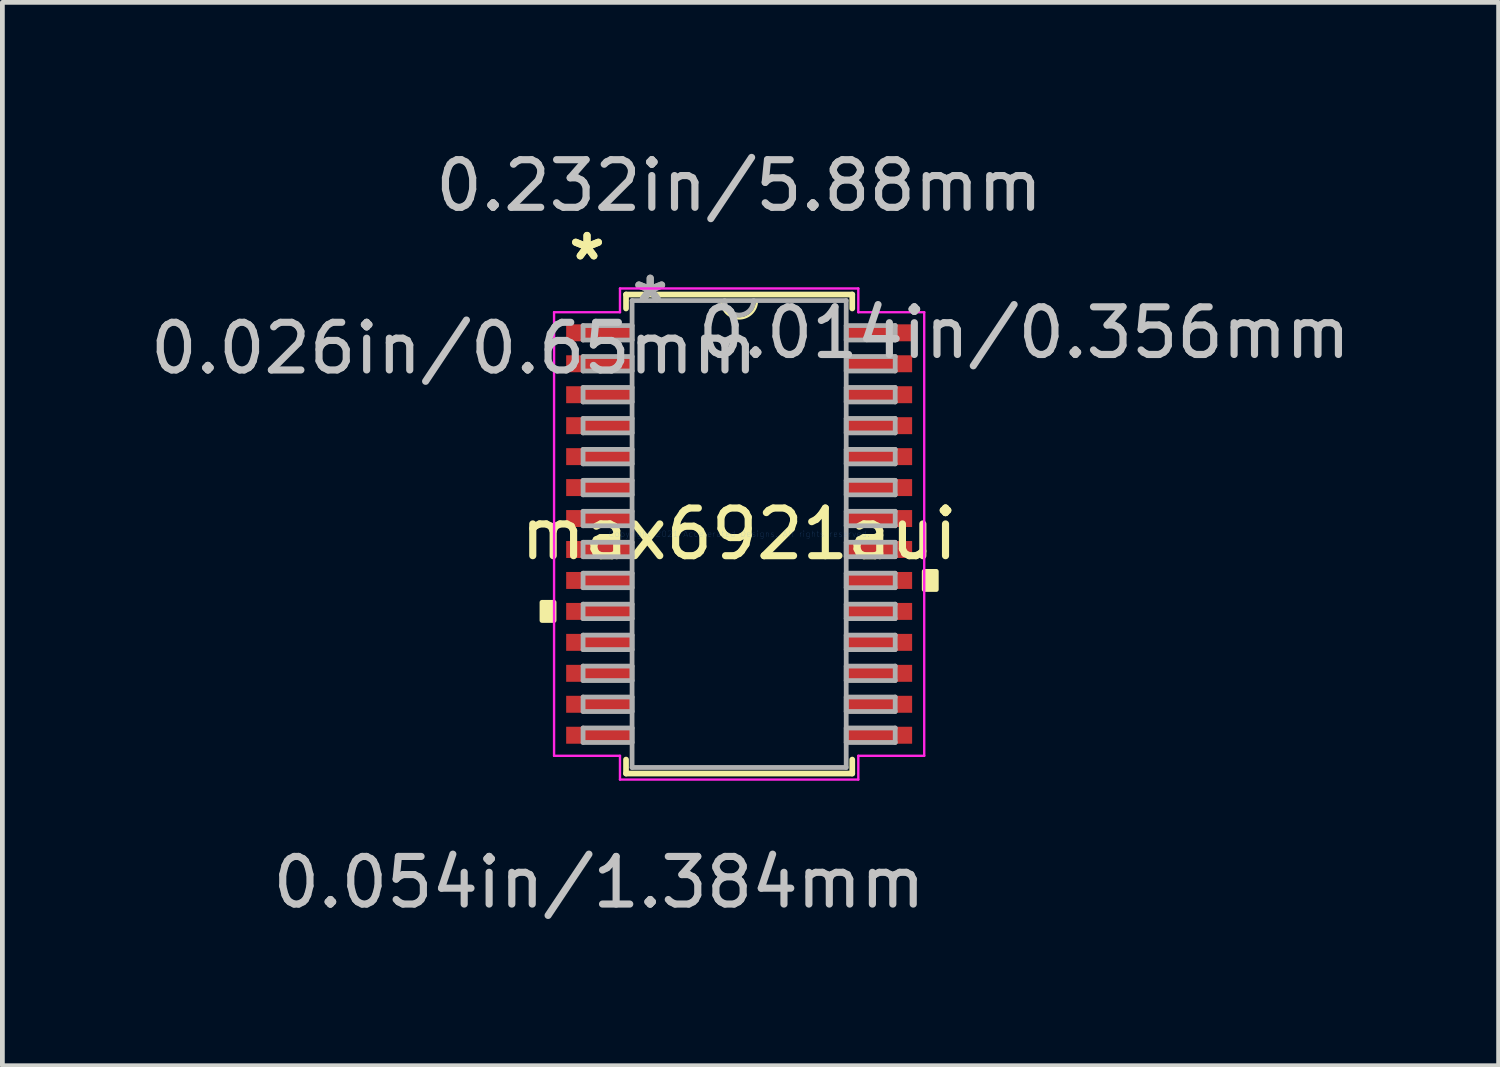
<source format=kicad_pcb>
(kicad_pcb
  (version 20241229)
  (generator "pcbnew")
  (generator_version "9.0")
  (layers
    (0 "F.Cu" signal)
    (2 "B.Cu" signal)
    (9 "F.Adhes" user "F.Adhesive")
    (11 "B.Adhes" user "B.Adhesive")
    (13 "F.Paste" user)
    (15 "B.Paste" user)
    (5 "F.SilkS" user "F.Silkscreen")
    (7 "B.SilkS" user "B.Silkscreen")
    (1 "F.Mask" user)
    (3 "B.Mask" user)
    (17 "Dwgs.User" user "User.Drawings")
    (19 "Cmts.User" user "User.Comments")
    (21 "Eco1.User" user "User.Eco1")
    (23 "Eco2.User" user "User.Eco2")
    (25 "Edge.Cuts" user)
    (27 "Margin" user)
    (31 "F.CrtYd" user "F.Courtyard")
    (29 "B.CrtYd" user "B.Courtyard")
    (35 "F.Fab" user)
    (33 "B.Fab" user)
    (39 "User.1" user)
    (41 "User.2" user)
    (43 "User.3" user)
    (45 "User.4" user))
  (footprint "max6921aui"
    (layer "F.Cu")
    (at 12.47 8.163)
    (property "Reference" "max6921aui" (at 0 0 0) (layer "F.SilkS") (effects (font (size 1 1) (thickness 0.15))))
    (attr through_hole)
    (fp_line (start -2.375 -5.029) (end -2.375 -4.736) (stroke (width 0.12) (type solid)) (layer "F.SilkS"))
    (fp_line (start -2.375 4.736) (end -2.375 5.029) (stroke (width 0.12) (type solid)) (layer "F.SilkS"))
    (fp_line (start -2.375 5.029) (end 2.375 5.029) (stroke (width 0.12) (type solid)) (layer "F.SilkS"))
    (fp_line (start 2.375 -5.029) (end -2.375 -5.029) (stroke (width 0.12) (type solid)) (layer "F.SilkS"))
    (fp_line (start 2.375 -4.736) (end 2.375 -5.029) (stroke (width 0.12) (type solid)) (layer "F.SilkS"))
    (fp_line (start 2.375 5.029) (end 2.375 4.736) (stroke (width 0.12) (type solid)) (layer "F.SilkS"))
    (fp_arc (start 0.37465 -4.9022) (mid 0 -4.52755) (end -0.37465 -4.9022) (stroke (width 0.05) (type solid)) (layer "F.SilkS"))
    (fp_poly (pts (xy -4.14 1.434) (xy -4.14 1.815) (xy -3.886 1.815) (xy -3.886 1.434)) (stroke (width 0.1) (type solid)) (fill yes) (layer "F.SilkS"))
    (fp_poly (pts (xy 4.14 0.784) (xy 4.14 1.165) (xy 3.886 1.165) (xy 3.886 0.784)) (stroke (width 0.1) (type solid)) (fill yes) (layer "F.SilkS"))
    (fp_line (start -3.886 -4.657) (end -2.502 -4.657) (stroke (width 0.05) (type solid)) (layer "F.CrtYd"))
    (fp_line (start -3.886 4.657) (end -3.886 -4.657) (stroke (width 0.05) (type solid)) (layer "F.CrtYd"))
    (fp_line (start -2.502 -5.156) (end 2.502 -5.156) (stroke (width 0.05) (type solid)) (layer "F.CrtYd"))
    (fp_line (start -2.502 -4.657) (end -2.502 -5.156) (stroke (width 0.05) (type solid)) (layer "F.CrtYd"))
    (fp_line (start -2.502 4.657) (end -3.886 4.657) (stroke (width 0.05) (type solid)) (layer "F.CrtYd"))
    (fp_line (start -2.502 5.156) (end -2.502 4.657) (stroke (width 0.05) (type solid)) (layer "F.CrtYd"))
    (fp_line (start 2.502 -5.156) (end 2.502 -4.657) (stroke (width 0.05) (type solid)) (layer "F.CrtYd"))
    (fp_line (start 2.502 -4.657) (end 3.886 -4.657) (stroke (width 0.05) (type solid)) (layer "F.CrtYd"))
    (fp_line (start 2.502 4.657) (end 2.502 5.156) (stroke (width 0.05) (type solid)) (layer "F.CrtYd"))
    (fp_line (start 2.502 5.156) (end -2.502 5.156) (stroke (width 0.05) (type solid)) (layer "F.CrtYd"))
    (fp_line (start 3.886 -4.657) (end 3.886 4.657) (stroke (width 0.05) (type solid)) (layer "F.CrtYd"))
    (fp_line (start 3.886 4.657) (end 2.502 4.657) (stroke (width 0.05) (type solid)) (layer "F.CrtYd"))
    (fp_line (start -3.277 -4.377) (end -3.277 -4.073) (stroke (width 0.1) (type solid)) (layer "F.Fab"))
    (fp_line (start -3.277 -4.073) (end -2.248 -4.073) (stroke (width 0.1) (type solid)) (layer "F.Fab"))
    (fp_line (start -3.277 -3.727) (end -3.277 -3.423) (stroke (width 0.1) (type solid)) (layer "F.Fab"))
    (fp_line (start -3.277 -3.423) (end -2.248 -3.423) (stroke (width 0.1) (type solid)) (layer "F.Fab"))
    (fp_line (start -3.277 -3.077) (end -3.277 -2.773) (stroke (width 0.1) (type solid)) (layer "F.Fab"))
    (fp_line (start -3.277 -2.773) (end -2.248 -2.773) (stroke (width 0.1) (type solid)) (layer "F.Fab"))
    (fp_line (start -3.277 -2.427) (end -3.277 -2.123) (stroke (width 0.1) (type solid)) (layer "F.Fab"))
    (fp_line (start -3.277 -2.123) (end -2.248 -2.123) (stroke (width 0.1) (type solid)) (layer "F.Fab"))
    (fp_line (start -3.277 -1.777) (end -3.277 -1.473) (stroke (width 0.1) (type solid)) (layer "F.Fab"))
    (fp_line (start -3.277 -1.473) (end -2.248 -1.473) (stroke (width 0.1) (type solid)) (layer "F.Fab"))
    (fp_line (start -3.277 -1.127) (end -3.277 -0.823) (stroke (width 0.1) (type solid)) (layer "F.Fab"))
    (fp_line (start -3.277 -0.823) (end -2.248 -0.823) (stroke (width 0.1) (type solid)) (layer "F.Fab"))
    (fp_line (start -3.277 -0.477) (end -3.277 -0.173) (stroke (width 0.1) (type solid)) (layer "F.Fab"))
    (fp_line (start -3.277 -0.173) (end -2.248 -0.173) (stroke (width 0.1) (type solid)) (layer "F.Fab"))
    (fp_line (start -3.277 0.173) (end -3.277 0.477) (stroke (width 0.1) (type solid)) (layer "F.Fab"))
    (fp_line (start -3.277 0.477) (end -2.248 0.477) (stroke (width 0.1) (type solid)) (layer "F.Fab"))
    (fp_line (start -3.277 0.823) (end -3.277 1.127) (stroke (width 0.1) (type solid)) (layer "F.Fab"))
    (fp_line (start -3.277 1.127) (end -2.248 1.127) (stroke (width 0.1) (type solid)) (layer "F.Fab"))
    (fp_line (start -3.277 1.473) (end -3.277 1.777) (stroke (width 0.1) (type solid)) (layer "F.Fab"))
    (fp_line (start -3.277 1.777) (end -2.248 1.777) (stroke (width 0.1) (type solid)) (layer "F.Fab"))
    (fp_line (start -3.277 2.123) (end -3.277 2.427) (stroke (width 0.1) (type solid)) (layer "F.Fab"))
    (fp_line (start -3.277 2.427) (end -2.248 2.427) (stroke (width 0.1) (type solid)) (layer "F.Fab"))
    (fp_line (start -3.277 2.773) (end -3.277 3.077) (stroke (width 0.1) (type solid)) (layer "F.Fab"))
    (fp_line (start -3.277 3.077) (end -2.248 3.077) (stroke (width 0.1) (type solid)) (layer "F.Fab"))
    (fp_line (start -3.277 3.423) (end -3.277 3.727) (stroke (width 0.1) (type solid)) (layer "F.Fab"))
    (fp_line (start -3.277 3.727) (end -2.248 3.727) (stroke (width 0.1) (type solid)) (layer "F.Fab"))
    (fp_line (start -3.277 4.073) (end -3.277 4.377) (stroke (width 0.1) (type solid)) (layer "F.Fab"))
    (fp_line (start -3.277 4.377) (end -2.248 4.377) (stroke (width 0.1) (type solid)) (layer "F.Fab"))
    (fp_line (start -2.248 -4.902) (end -2.248 4.902) (stroke (width 0.1) (type solid)) (layer "F.Fab"))
    (fp_line (start -2.248 -4.377) (end -3.277 -4.377) (stroke (width 0.1) (type solid)) (layer "F.Fab"))
    (fp_line (start -2.248 -4.073) (end -2.248 -4.377) (stroke (width 0.1) (type solid)) (layer "F.Fab"))
    (fp_line (start -2.248 -3.727) (end -3.277 -3.727) (stroke (width 0.1) (type solid)) (layer "F.Fab"))
    (fp_line (start -2.248 -3.423) (end -2.248 -3.727) (stroke (width 0.1) (type solid)) (layer "F.Fab"))
    (fp_line (start -2.248 -3.077) (end -3.277 -3.077) (stroke (width 0.1) (type solid)) (layer "F.Fab"))
    (fp_line (start -2.248 -2.773) (end -2.248 -3.077) (stroke (width 0.1) (type solid)) (layer "F.Fab"))
    (fp_line (start -2.248 -2.427) (end -3.277 -2.427) (stroke (width 0.1) (type solid)) (layer "F.Fab"))
    (fp_line (start -2.248 -2.123) (end -2.248 -2.427) (stroke (width 0.1) (type solid)) (layer "F.Fab"))
    (fp_line (start -2.248 -1.777) (end -3.277 -1.777) (stroke (width 0.1) (type solid)) (layer "F.Fab"))
    (fp_line (start -2.248 -1.473) (end -2.248 -1.777) (stroke (width 0.1) (type solid)) (layer "F.Fab"))
    (fp_line (start -2.248 -1.127) (end -3.277 -1.127) (stroke (width 0.1) (type solid)) (layer "F.Fab"))
    (fp_line (start -2.248 -0.823) (end -2.248 -1.127) (stroke (width 0.1) (type solid)) (layer "F.Fab"))
    (fp_line (start -2.248 -0.477) (end -3.277 -0.477) (stroke (width 0.1) (type solid)) (layer "F.Fab"))
    (fp_line (start -2.248 -0.173) (end -2.248 -0.477) (stroke (width 0.1) (type solid)) (layer "F.Fab"))
    (fp_line (start -2.248 0.173) (end -3.277 0.173) (stroke (width 0.1) (type solid)) (layer "F.Fab"))
    (fp_line (start -2.248 0.477) (end -2.248 0.173) (stroke (width 0.1) (type solid)) (layer "F.Fab"))
    (fp_line (start -2.248 0.823) (end -3.277 0.823) (stroke (width 0.1) (type solid)) (layer "F.Fab"))
    (fp_line (start -2.248 1.127) (end -2.248 0.823) (stroke (width 0.1) (type solid)) (layer "F.Fab"))
    (fp_line (start -2.248 1.473) (end -3.277 1.473) (stroke (width 0.1) (type solid)) (layer "F.Fab"))
    (fp_line (start -2.248 1.777) (end -2.248 1.473) (stroke (width 0.1) (type solid)) (layer "F.Fab"))
    (fp_line (start -2.248 2.123) (end -3.277 2.123) (stroke (width 0.1) (type solid)) (layer "F.Fab"))
    (fp_line (start -2.248 2.427) (end -2.248 2.123) (stroke (width 0.1) (type solid)) (layer "F.Fab"))
    (fp_line (start -2.248 2.773) (end -3.277 2.773) (stroke (width 0.1) (type solid)) (layer "F.Fab"))
    (fp_line (start -2.248 3.077) (end -2.248 2.773) (stroke (width 0.1) (type solid)) (layer "F.Fab"))
    (fp_line (start -2.248 3.423) (end -3.277 3.423) (stroke (width 0.1) (type solid)) (layer "F.Fab"))
    (fp_line (start -2.248 3.727) (end -2.248 3.423) (stroke (width 0.1) (type solid)) (layer "F.Fab"))
    (fp_line (start -2.248 4.073) (end -3.277 4.073) (stroke (width 0.1) (type solid)) (layer "F.Fab"))
    (fp_line (start -2.248 4.377) (end -2.248 4.073) (stroke (width 0.1) (type solid)) (layer "F.Fab"))
    (fp_line (start -2.248 4.902) (end 2.248 4.902) (stroke (width 0.1) (type solid)) (layer "F.Fab"))
    (fp_line (start 2.248 -4.902) (end -2.248 -4.902) (stroke (width 0.1) (type solid)) (layer "F.Fab"))
    (fp_line (start 2.248 -4.377) (end 2.248 -4.073) (stroke (width 0.1) (type solid)) (layer "F.Fab"))
    (fp_line (start 2.248 -4.073) (end 3.277 -4.073) (stroke (width 0.1) (type solid)) (layer "F.Fab"))
    (fp_line (start 2.248 -3.727) (end 2.248 -3.423) (stroke (width 0.1) (type solid)) (layer "F.Fab"))
    (fp_line (start 2.248 -3.423) (end 3.277 -3.423) (stroke (width 0.1) (type solid)) (layer "F.Fab"))
    (fp_line (start 2.248 -3.077) (end 2.248 -2.773) (stroke (width 0.1) (type solid)) (layer "F.Fab"))
    (fp_line (start 2.248 -2.773) (end 3.277 -2.773) (stroke (width 0.1) (type solid)) (layer "F.Fab"))
    (fp_line (start 2.248 -2.427) (end 2.248 -2.123) (stroke (width 0.1) (type solid)) (layer "F.Fab"))
    (fp_line (start 2.248 -2.123) (end 3.277 -2.123) (stroke (width 0.1) (type solid)) (layer "F.Fab"))
    (fp_line (start 2.248 -1.777) (end 2.248 -1.473) (stroke (width 0.1) (type solid)) (layer "F.Fab"))
    (fp_line (start 2.248 -1.473) (end 3.277 -1.473) (stroke (width 0.1) (type solid)) (layer "F.Fab"))
    (fp_line (start 2.248 -1.127) (end 2.248 -0.823) (stroke (width 0.1) (type solid)) (layer "F.Fab"))
    (fp_line (start 2.248 -0.823) (end 3.277 -0.823) (stroke (width 0.1) (type solid)) (layer "F.Fab"))
    (fp_line (start 2.248 -0.477) (end 2.248 -0.173) (stroke (width 0.1) (type solid)) (layer "F.Fab"))
    (fp_line (start 2.248 -0.173) (end 3.277 -0.173) (stroke (width 0.1) (type solid)) (layer "F.Fab"))
    (fp_line (start 2.248 0.173) (end 2.248 0.477) (stroke (width 0.1) (type solid)) (layer "F.Fab"))
    (fp_line (start 2.248 0.477) (end 3.277 0.477) (stroke (width 0.1) (type solid)) (layer "F.Fab"))
    (fp_line (start 2.248 0.823) (end 2.248 1.127) (stroke (width 0.1) (type solid)) (layer "F.Fab"))
    (fp_line (start 2.248 1.127) (end 3.277 1.127) (stroke (width 0.1) (type solid)) (layer "F.Fab"))
    (fp_line (start 2.248 1.473) (end 2.248 1.777) (stroke (width 0.1) (type solid)) (layer "F.Fab"))
    (fp_line (start 2.248 1.777) (end 3.277 1.777) (stroke (width 0.1) (type solid)) (layer "F.Fab"))
    (fp_line (start 2.248 2.123) (end 2.248 2.427) (stroke (width 0.1) (type solid)) (layer "F.Fab"))
    (fp_line (start 2.248 2.427) (end 3.277 2.427) (stroke (width 0.1) (type solid)) (layer "F.Fab"))
    (fp_line (start 2.248 2.773) (end 2.248 3.077) (stroke (width 0.1) (type solid)) (layer "F.Fab"))
    (fp_line (start 2.248 3.077) (end 3.277 3.077) (stroke (width 0.1) (type solid)) (layer "F.Fab"))
    (fp_line (start 2.248 3.423) (end 2.248 3.727) (stroke (width 0.1) (type solid)) (layer "F.Fab"))
    (fp_line (start 2.248 3.727) (end 3.277 3.727) (stroke (width 0.1) (type solid)) (layer "F.Fab"))
    (fp_line (start 2.248 4.073) (end 2.248 4.377) (stroke (width 0.1) (type solid)) (layer "F.Fab"))
    (fp_line (start 2.248 4.377) (end 3.277 4.377) (stroke (width 0.1) (type solid)) (layer "F.Fab"))
    (fp_line (start 2.248 4.902) (end 2.248 -4.902) (stroke (width 0.1) (type solid)) (layer "F.Fab"))
    (fp_line (start 3.277 -4.377) (end 2.248 -4.377) (stroke (width 0.1) (type solid)) (layer "F.Fab"))
    (fp_line (start 3.277 -4.073) (end 3.277 -4.377) (stroke (width 0.1) (type solid)) (layer "F.Fab"))
    (fp_line (start 3.277 -3.727) (end 2.248 -3.727) (stroke (width 0.1) (type solid)) (layer "F.Fab"))
    (fp_line (start 3.277 -3.423) (end 3.277 -3.727) (stroke (width 0.1) (type solid)) (layer "F.Fab"))
    (fp_line (start 3.277 -3.077) (end 2.248 -3.077) (stroke (width 0.1) (type solid)) (layer "F.Fab"))
    (fp_line (start 3.277 -2.773) (end 3.277 -3.077) (stroke (width 0.1) (type solid)) (layer "F.Fab"))
    (fp_line (start 3.277 -2.427) (end 2.248 -2.427) (stroke (width 0.1) (type solid)) (layer "F.Fab"))
    (fp_line (start 3.277 -2.123) (end 3.277 -2.427) (stroke (width 0.1) (type solid)) (layer "F.Fab"))
    (fp_line (start 3.277 -1.777) (end 2.248 -1.777) (stroke (width 0.1) (type solid)) (layer "F.Fab"))
    (fp_line (start 3.277 -1.473) (end 3.277 -1.777) (stroke (width 0.1) (type solid)) (layer "F.Fab"))
    (fp_line (start 3.277 -1.127) (end 2.248 -1.127) (stroke (width 0.1) (type solid)) (layer "F.Fab"))
    (fp_line (start 3.277 -0.823) (end 3.277 -1.127) (stroke (width 0.1) (type solid)) (layer "F.Fab"))
    (fp_line (start 3.277 -0.477) (end 2.248 -0.477) (stroke (width 0.1) (type solid)) (layer "F.Fab"))
    (fp_line (start 3.277 -0.173) (end 3.277 -0.477) (stroke (width 0.1) (type solid)) (layer "F.Fab"))
    (fp_line (start 3.277 0.173) (end 2.248 0.173) (stroke (width 0.1) (type solid)) (layer "F.Fab"))
    (fp_line (start 3.277 0.477) (end 3.277 0.173) (stroke (width 0.1) (type solid)) (layer "F.Fab"))
    (fp_line (start 3.277 0.823) (end 2.248 0.823) (stroke (width 0.1) (type solid)) (layer "F.Fab"))
    (fp_line (start 3.277 1.127) (end 3.277 0.823) (stroke (width 0.1) (type solid)) (layer "F.Fab"))
    (fp_line (start 3.277 1.473) (end 2.248 1.473) (stroke (width 0.1) (type solid)) (layer "F.Fab"))
    (fp_line (start 3.277 1.777) (end 3.277 1.473) (stroke (width 0.1) (type solid)) (layer "F.Fab"))
    (fp_line (start 3.277 2.123) (end 2.248 2.123) (stroke (width 0.1) (type solid)) (layer "F.Fab"))
    (fp_line (start 3.277 2.427) (end 3.277 2.123) (stroke (width 0.1) (type solid)) (layer "F.Fab"))
    (fp_line (start 3.277 2.773) (end 2.248 2.773) (stroke (width 0.1) (type solid)) (layer "F.Fab"))
    (fp_line (start 3.277 3.077) (end 3.277 2.773) (stroke (width 0.1) (type solid)) (layer "F.Fab"))
    (fp_line (start 3.277 3.423) (end 2.248 3.423) (stroke (width 0.1) (type solid)) (layer "F.Fab"))
    (fp_line (start 3.277 3.727) (end 3.277 3.423) (stroke (width 0.1) (type solid)) (layer "F.Fab"))
    (fp_line (start 3.277 4.073) (end 2.248 4.073) (stroke (width 0.1) (type solid)) (layer "F.Fab"))
    (fp_line (start 3.277 4.377) (end 3.277 4.073) (stroke (width 0.1) (type solid)) (layer "F.Fab"))
    (fp_arc (start 0.3048 -4.9022) (mid 0 -4.5974) (end -0.3048 -4.9022) (stroke (width 0.1) (type solid)) (layer "F.Fab"))
    (fp_text user "*" (at -3.194 -5.724 0) (layer "F.SilkS") (effects (font (size 1 1) (thickness 0.15))))
    (fp_text user "*" (at -3.194 -5.724 0) (layer "F.SilkS") (effects (font (size 1 1) (thickness 0.15))))
    (fp_text user "0.026in/0.65mm" (at -5.988 -3.9 0) (layer "Dwgs.User") (effects (font (size 1 1) (thickness 0.15))))
    (fp_text user "0.232in/5.88mm" (at 0 -7.315 0) (layer "Dwgs.User") (effects (font (size 1 1) (thickness 0.15))))
    (fp_text user "0.014in/0.356mm" (at 5.988 -4.225 0) (layer "Dwgs.User") (effects (font (size 1 1) (thickness 0.15))))
    (fp_text user "0.054in/1.384mm" (at -2.94 7.315 0) (layer "Dwgs.User") (effects (font (size 1 1) (thickness 0.15))))
    (fp_text user "Copyright 2021 Accelerated Designs. All rights reserved." (at 0 0 0) (layer "Cmts.User") (effects (font (size 0.127 0.127) (thickness 0.002))))
    (fp_text user "*" (at -1.867 -4.826 0) (layer "F.Fab") (effects (font (size 1 1) (thickness 0.15))))
    (fp_text user "*" (at -1.867 -4.826 0) (layer "F.Fab") (effects (font (size 1 1) (thickness 0.15))))
    (pad "1" smd rect (at -2.94 -4.225) (size 1.384 0.356) (layers "F.Cu" "F.Mask" "F.Paste"))
    (pad "2" smd rect (at -2.94 -3.575) (size 1.384 0.356) (layers "F.Cu" "F.Mask" "F.Paste"))
    (pad "3" smd rect (at -2.94 -2.925) (size 1.384 0.356) (layers "F.Cu" "F.Mask" "F.Paste"))
    (pad "4" smd rect (at -2.94 -2.275) (size 1.384 0.356) (layers "F.Cu" "F.Mask" "F.Paste"))
    (pad "5" smd rect (at -2.94 -1.625) (size 1.384 0.356) (layers "F.Cu" "F.Mask" "F.Paste"))
    (pad "6" smd rect (at -2.94 -0.975) (size 1.384 0.356) (layers "F.Cu" "F.Mask" "F.Paste"))
    (pad "7" smd rect (at -2.94 -0.325) (size 1.384 0.356) (layers "F.Cu" "F.Mask" "F.Paste"))
    (pad "8" smd rect (at -2.94 0.325) (size 1.384 0.356) (layers "F.Cu" "F.Mask" "F.Paste"))
    (pad "9" smd rect (at -2.94 0.975) (size 1.384 0.356) (layers "F.Cu" "F.Mask" "F.Paste"))
    (pad "10" smd rect (at -2.94 1.625) (size 1.384 0.356) (layers "F.Cu" "F.Mask" "F.Paste"))
    (pad "11" smd rect (at -2.94 2.275) (size 1.384 0.356) (layers "F.Cu" "F.Mask" "F.Paste"))
    (pad "12" smd rect (at -2.94 2.925) (size 1.384 0.356) (layers "F.Cu" "F.Mask" "F.Paste"))
    (pad "13" smd rect (at -2.94 3.575) (size 1.384 0.356) (layers "F.Cu" "F.Mask" "F.Paste"))
    (pad "14" smd rect (at -2.94 4.225) (size 1.384 0.356) (layers "F.Cu" "F.Mask" "F.Paste"))
    (pad "15" smd rect (at 2.94 4.225) (size 1.384 0.356) (layers "F.Cu" "F.Mask" "F.Paste"))
    (pad "16" smd rect (at 2.94 3.575) (size 1.384 0.356) (layers "F.Cu" "F.Mask" "F.Paste"))
    (pad "17" smd rect (at 2.94 2.925) (size 1.384 0.356) (layers "F.Cu" "F.Mask" "F.Paste"))
    (pad "18" smd rect (at 2.94 2.275) (size 1.384 0.356) (layers "F.Cu" "F.Mask" "F.Paste"))
    (pad "19" smd rect (at 2.94 1.625) (size 1.384 0.356) (layers "F.Cu" "F.Mask" "F.Paste"))
    (pad "20" smd rect (at 2.94 0.975) (size 1.384 0.356) (layers "F.Cu" "F.Mask" "F.Paste"))
    (pad "21" smd rect (at 2.94 0.325) (size 1.384 0.356) (layers "F.Cu" "F.Mask" "F.Paste"))
    (pad "22" smd rect (at 2.94 -0.325) (size 1.384 0.356) (layers "F.Cu" "F.Mask" "F.Paste"))
    (pad "23" smd rect (at 2.94 -0.975) (size 1.384 0.356) (layers "F.Cu" "F.Mask" "F.Paste"))
    (pad "24" smd rect (at 2.94 -1.625) (size 1.384 0.356) (layers "F.Cu" "F.Mask" "F.Paste"))
    (pad "25" smd rect (at 2.94 -2.275) (size 1.384 0.356) (layers "F.Cu" "F.Mask" "F.Paste"))
    (pad "26" smd rect (at 2.94 -2.925) (size 1.384 0.356) (layers "F.Cu" "F.Mask" "F.Paste"))
    (pad "27" smd rect (at 2.94 -3.575) (size 1.384 0.356) (layers "F.Cu" "F.Mask" "F.Paste"))
    (pad "28" smd rect (at 2.94 -4.225) (size 1.384 0.356) (layers "F.Cu" "F.Mask" "F.Paste")))
  (gr_rect
    (start -3 -3)
    (end 28.417 19.327)
    (stroke (width 0.1) (type default))
    (fill no)
    (layer "Edge.Cuts")))
</source>
